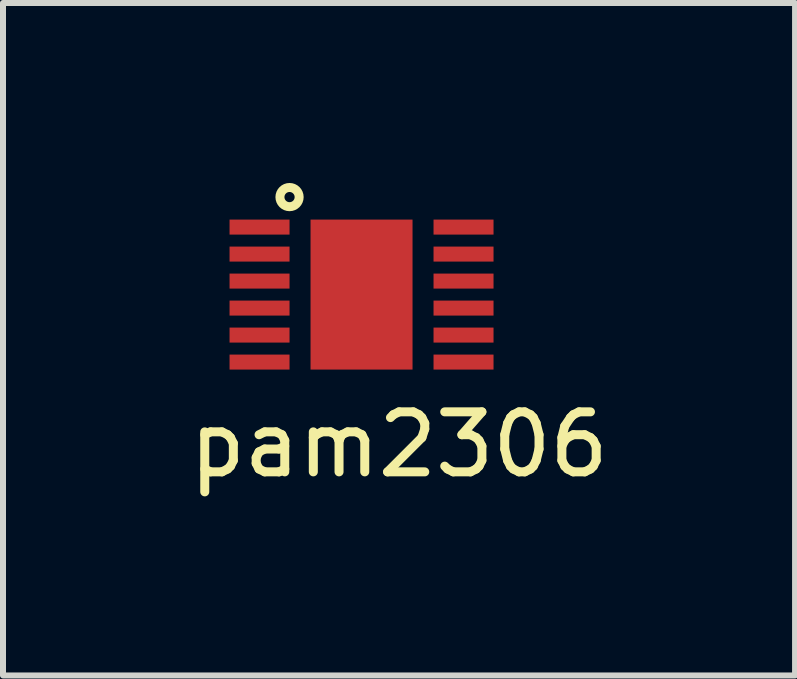
<source format=kicad_pcb>
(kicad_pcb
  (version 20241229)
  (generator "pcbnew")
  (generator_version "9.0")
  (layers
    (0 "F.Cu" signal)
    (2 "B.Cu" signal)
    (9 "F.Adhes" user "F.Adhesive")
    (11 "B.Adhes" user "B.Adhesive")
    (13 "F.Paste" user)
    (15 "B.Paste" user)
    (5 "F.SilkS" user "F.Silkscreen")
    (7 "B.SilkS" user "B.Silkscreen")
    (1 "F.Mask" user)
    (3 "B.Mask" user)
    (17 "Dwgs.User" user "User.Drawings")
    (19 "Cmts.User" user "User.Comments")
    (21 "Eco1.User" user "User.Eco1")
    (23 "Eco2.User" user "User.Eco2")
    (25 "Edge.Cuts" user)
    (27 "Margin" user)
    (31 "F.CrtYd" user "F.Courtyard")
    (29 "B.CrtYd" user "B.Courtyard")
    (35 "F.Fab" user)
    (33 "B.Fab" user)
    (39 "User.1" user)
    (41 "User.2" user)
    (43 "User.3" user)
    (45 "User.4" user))
  (footprint "pam2306"
    (layer "F.Cu")
    (at 1.276 0.735)
    (property "Reference" "pam2306" (at 2.325 3.625 0) (layer "F.SilkS") (effects (font (size 1 1) (thickness 0.15))))
    (attr through_hole)
    (fp_circle (center 0.5 -0.5) (end 0.625 -0.4) (stroke (width 0.15) (type solid)) (fill no) (layer "F.SilkS"))
    (pad "1" smd rect (at 0 0) (size 1 0.25) (layers "F.Cu" "F.Mask"))
    (pad "2" smd rect (at 0 0.45) (size 1 0.25) (layers "F.Cu" "F.Mask"))
    (pad "3" smd rect (at 0 0.9) (size 1 0.25) (layers "F.Cu" "F.Mask"))
    (pad "4" smd rect (at 0 1.35) (size 1 0.25) (layers "F.Cu" "F.Mask"))
    (pad "5" smd rect (at 0 1.8) (size 1 0.25) (layers "F.Cu" "F.Mask"))
    (pad "6" smd rect (at 0 2.25) (size 1 0.25) (layers "F.Cu" "F.Mask"))
    (pad "7" smd rect (at 3.4 2.25) (size 1 0.25) (layers "F.Cu" "F.Mask"))
    (pad "8" smd rect (at 3.4 1.8) (size 1 0.25) (layers "F.Cu" "F.Mask"))
    (pad "9" smd rect (at 1.7 1.125) (size 1.7 2.5) (layers "F.Cu" "F.Mask"))
    (pad "9" smd rect (at 3.4 1.35) (size 1 0.25) (layers "F.Cu" "F.Mask"))
    (pad "10" smd rect (at 3.4 0.9) (size 1 0.25) (layers "F.Cu" "F.Mask"))
    (pad "11" smd rect (at 3.4 0.45) (size 1 0.25) (layers "F.Cu" "F.Mask"))
    (pad "12" smd rect (at 3.4 0) (size 1 0.25) (layers "F.Cu" "F.Mask")))
  (gr_rect
    (start -3 -3)
    (end 10.202 8.208)
    (stroke (width 0.1) (type default))
    (fill no)
    (layer "Edge.Cuts")))
</source>
